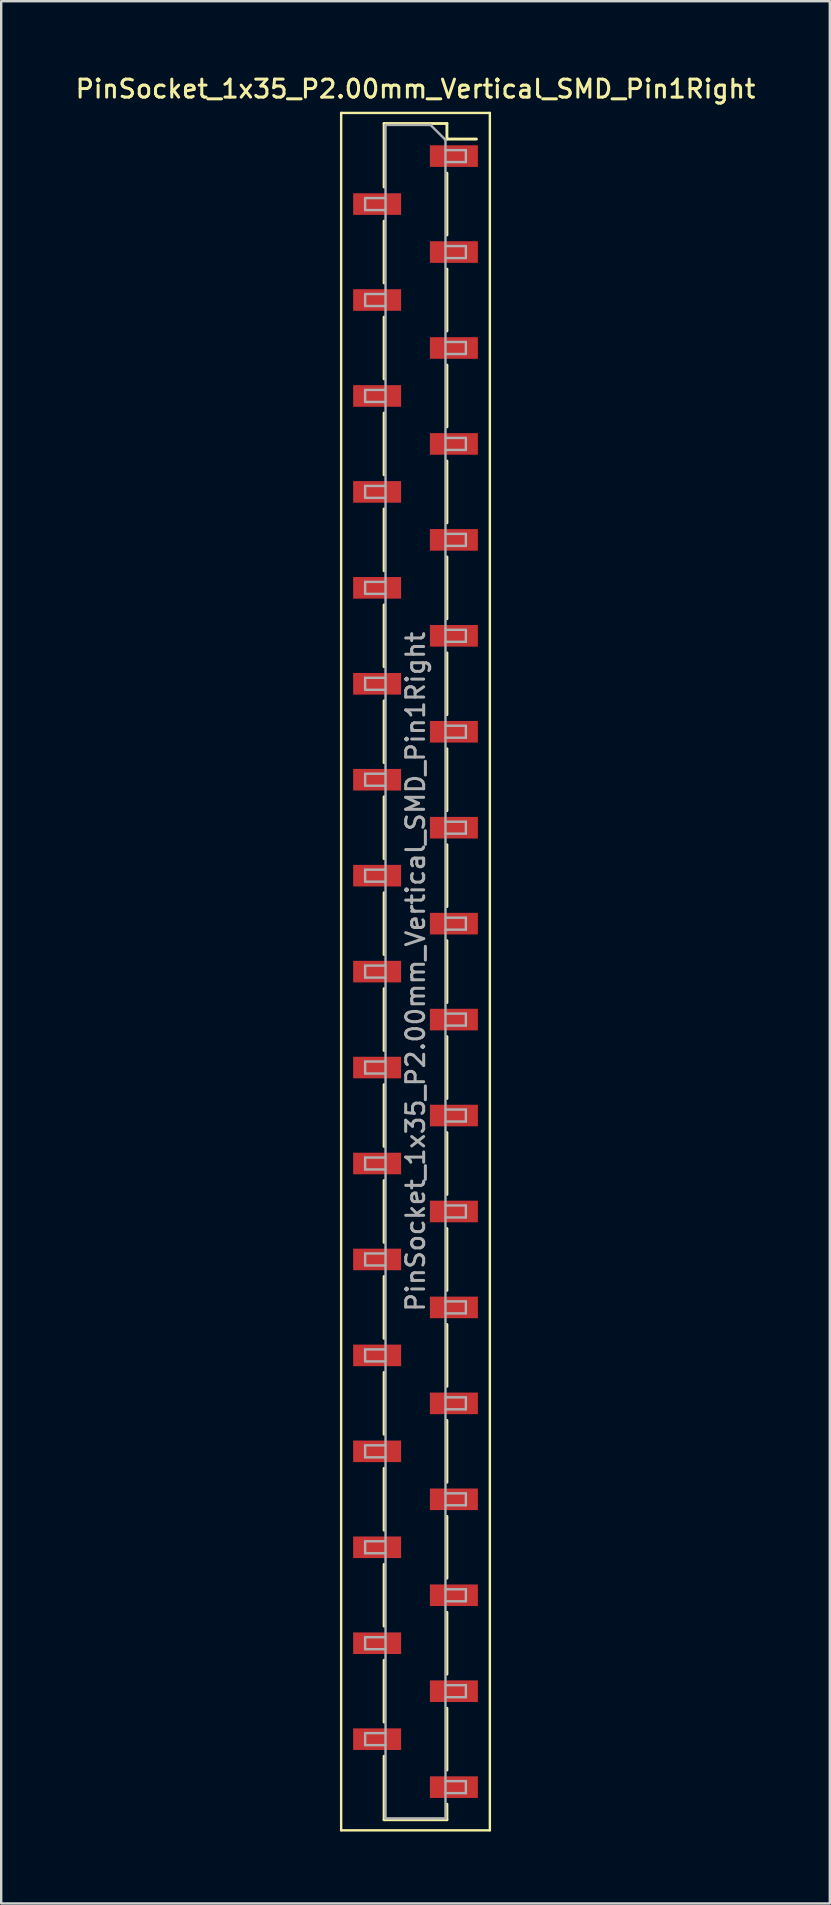
<source format=kicad_pcb>
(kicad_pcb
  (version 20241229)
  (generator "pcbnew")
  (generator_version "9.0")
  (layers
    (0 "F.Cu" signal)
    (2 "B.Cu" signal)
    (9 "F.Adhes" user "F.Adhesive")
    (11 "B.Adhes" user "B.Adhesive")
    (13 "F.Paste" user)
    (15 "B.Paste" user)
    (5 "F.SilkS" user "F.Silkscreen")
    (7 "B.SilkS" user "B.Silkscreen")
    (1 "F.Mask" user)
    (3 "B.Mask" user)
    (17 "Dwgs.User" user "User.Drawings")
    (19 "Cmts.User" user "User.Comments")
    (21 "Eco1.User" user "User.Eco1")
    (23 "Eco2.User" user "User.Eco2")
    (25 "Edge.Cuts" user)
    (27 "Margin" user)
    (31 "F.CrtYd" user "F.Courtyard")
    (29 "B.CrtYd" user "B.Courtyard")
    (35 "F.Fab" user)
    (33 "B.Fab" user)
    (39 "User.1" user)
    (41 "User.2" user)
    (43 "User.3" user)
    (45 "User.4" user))
  (footprint "PinSocket_1x35_P2.00mm_Vertical_SMD_Pin1Right"
    (layer "F.Cu")
    (at 14.273 37.458)
    (property "Reference" "PinSocket_1x35_P2.00mm_Vertical_SMD_Pin1Right" (at 0 -36.8 0) (layer "F.SilkS") (effects (font (size 0.75 0.75) (thickness 0.125))))
    (attr smd)
    (fp_line (start -3.1 -35.8) (end 3.1 -35.8) (stroke (width 0.1) (type solid)) (layer "F.SilkS"))
    (fp_line (start -3.1 35.8) (end -3.1 -35.8) (stroke (width 0.1) (type solid)) (layer "F.SilkS"))
    (fp_line (start -1.31 -35.36) (end -1.31 -32.71) (stroke (width 0.12) (type solid)) (layer "F.SilkS"))
    (fp_line (start -1.31 -35.36) (end 1.31 -35.36) (stroke (width 0.12) (type solid)) (layer "F.SilkS"))
    (fp_line (start -1.31 -31.29) (end -1.31 -28.71) (stroke (width 0.12) (type solid)) (layer "F.SilkS"))
    (fp_line (start -1.31 -27.29) (end -1.31 -24.71) (stroke (width 0.12) (type solid)) (layer "F.SilkS"))
    (fp_line (start -1.31 -23.29) (end -1.31 -20.71) (stroke (width 0.12) (type solid)) (layer "F.SilkS"))
    (fp_line (start -1.31 -19.29) (end -1.31 -16.71) (stroke (width 0.12) (type solid)) (layer "F.SilkS"))
    (fp_line (start -1.31 -15.29) (end -1.31 -12.71) (stroke (width 0.12) (type solid)) (layer "F.SilkS"))
    (fp_line (start -1.31 -11.29) (end -1.31 -8.71) (stroke (width 0.12) (type solid)) (layer "F.SilkS"))
    (fp_line (start -1.31 -7.29) (end -1.31 -4.71) (stroke (width 0.12) (type solid)) (layer "F.SilkS"))
    (fp_line (start -1.31 -3.29) (end -1.31 -0.71) (stroke (width 0.12) (type solid)) (layer "F.SilkS"))
    (fp_line (start -1.31 0.71) (end -1.31 3.29) (stroke (width 0.12) (type solid)) (layer "F.SilkS"))
    (fp_line (start -1.31 4.71) (end -1.31 7.29) (stroke (width 0.12) (type solid)) (layer "F.SilkS"))
    (fp_line (start -1.31 8.71) (end -1.31 11.29) (stroke (width 0.12) (type solid)) (layer "F.SilkS"))
    (fp_line (start -1.31 12.71) (end -1.31 15.29) (stroke (width 0.12) (type solid)) (layer "F.SilkS"))
    (fp_line (start -1.31 16.71) (end -1.31 19.29) (stroke (width 0.12) (type solid)) (layer "F.SilkS"))
    (fp_line (start -1.31 20.71) (end -1.31 23.29) (stroke (width 0.12) (type solid)) (layer "F.SilkS"))
    (fp_line (start -1.31 24.71) (end -1.31 27.29) (stroke (width 0.12) (type solid)) (layer "F.SilkS"))
    (fp_line (start -1.31 28.71) (end -1.31 31.29) (stroke (width 0.12) (type solid)) (layer "F.SilkS"))
    (fp_line (start -1.31 32.71) (end -1.31 35.36) (stroke (width 0.12) (type solid)) (layer "F.SilkS"))
    (fp_line (start -1.31 35.36) (end 1.31 35.36) (stroke (width 0.12) (type solid)) (layer "F.SilkS"))
    (fp_line (start 1.31 -35.36) (end 1.31 -34.71) (stroke (width 0.12) (type solid)) (layer "F.SilkS"))
    (fp_line (start 1.31 -34.71) (end 2.54 -34.71) (stroke (width 0.12) (type solid)) (layer "F.SilkS"))
    (fp_line (start 1.31 -33.29) (end 1.31 -30.71) (stroke (width 0.12) (type solid)) (layer "F.SilkS"))
    (fp_line (start 1.31 -29.29) (end 1.31 -26.71) (stroke (width 0.12) (type solid)) (layer "F.SilkS"))
    (fp_line (start 1.31 -25.29) (end 1.31 -22.71) (stroke (width 0.12) (type solid)) (layer "F.SilkS"))
    (fp_line (start 1.31 -21.29) (end 1.31 -18.71) (stroke (width 0.12) (type solid)) (layer "F.SilkS"))
    (fp_line (start 1.31 -17.29) (end 1.31 -14.71) (stroke (width 0.12) (type solid)) (layer "F.SilkS"))
    (fp_line (start 1.31 -13.29) (end 1.31 -10.71) (stroke (width 0.12) (type solid)) (layer "F.SilkS"))
    (fp_line (start 1.31 -9.29) (end 1.31 -6.71) (stroke (width 0.12) (type solid)) (layer "F.SilkS"))
    (fp_line (start 1.31 -5.29) (end 1.31 -2.71) (stroke (width 0.12) (type solid)) (layer "F.SilkS"))
    (fp_line (start 1.31 -1.29) (end 1.31 1.29) (stroke (width 0.12) (type solid)) (layer "F.SilkS"))
    (fp_line (start 1.31 2.71) (end 1.31 5.29) (stroke (width 0.12) (type solid)) (layer "F.SilkS"))
    (fp_line (start 1.31 6.71) (end 1.31 9.29) (stroke (width 0.12) (type solid)) (layer "F.SilkS"))
    (fp_line (start 1.31 10.71) (end 1.31 13.29) (stroke (width 0.12) (type solid)) (layer "F.SilkS"))
    (fp_line (start 1.31 14.71) (end 1.31 17.29) (stroke (width 0.12) (type solid)) (layer "F.SilkS"))
    (fp_line (start 1.31 18.71) (end 1.31 21.29) (stroke (width 0.12) (type solid)) (layer "F.SilkS"))
    (fp_line (start 1.31 22.71) (end 1.31 25.29) (stroke (width 0.12) (type solid)) (layer "F.SilkS"))
    (fp_line (start 1.31 26.71) (end 1.31 29.29) (stroke (width 0.12) (type solid)) (layer "F.SilkS"))
    (fp_line (start 1.31 30.71) (end 1.31 33.29) (stroke (width 0.12) (type solid)) (layer "F.SilkS"))
    (fp_line (start 1.31 34.71) (end 1.31 35.36) (stroke (width 0.12) (type solid)) (layer "F.SilkS"))
    (fp_line (start 3.1 -35.8) (end 3.1 35.8) (stroke (width 0.1) (type solid)) (layer "F.SilkS"))
    (fp_line (start 3.1 35.8) (end -3.1 35.8) (stroke (width 0.1) (type solid)) (layer "F.SilkS"))
    (fp_line (start -2.1 -32.25) (end -1.25 -32.25) (stroke (width 0.1) (type solid)) (layer "F.Fab"))
    (fp_line (start -2.1 -31.75) (end -2.1 -32.25) (stroke (width 0.1) (type solid)) (layer "F.Fab"))
    (fp_line (start -2.1 -28.25) (end -1.25 -28.25) (stroke (width 0.1) (type solid)) (layer "F.Fab"))
    (fp_line (start -2.1 -27.75) (end -2.1 -28.25) (stroke (width 0.1) (type solid)) (layer "F.Fab"))
    (fp_line (start -2.1 -24.25) (end -1.25 -24.25) (stroke (width 0.1) (type solid)) (layer "F.Fab"))
    (fp_line (start -2.1 -23.75) (end -2.1 -24.25) (stroke (width 0.1) (type solid)) (layer "F.Fab"))
    (fp_line (start -2.1 -20.25) (end -1.25 -20.25) (stroke (width 0.1) (type solid)) (layer "F.Fab"))
    (fp_line (start -2.1 -19.75) (end -2.1 -20.25) (stroke (width 0.1) (type solid)) (layer "F.Fab"))
    (fp_line (start -2.1 -16.25) (end -1.25 -16.25) (stroke (width 0.1) (type solid)) (layer "F.Fab"))
    (fp_line (start -2.1 -15.75) (end -2.1 -16.25) (stroke (width 0.1) (type solid)) (layer "F.Fab"))
    (fp_line (start -2.1 -12.25) (end -1.25 -12.25) (stroke (width 0.1) (type solid)) (layer "F.Fab"))
    (fp_line (start -2.1 -11.75) (end -2.1 -12.25) (stroke (width 0.1) (type solid)) (layer "F.Fab"))
    (fp_line (start -2.1 -8.25) (end -1.25 -8.25) (stroke (width 0.1) (type solid)) (layer "F.Fab"))
    (fp_line (start -2.1 -7.75) (end -2.1 -8.25) (stroke (width 0.1) (type solid)) (layer "F.Fab"))
    (fp_line (start -2.1 -4.25) (end -1.25 -4.25) (stroke (width 0.1) (type solid)) (layer "F.Fab"))
    (fp_line (start -2.1 -3.75) (end -2.1 -4.25) (stroke (width 0.1) (type solid)) (layer "F.Fab"))
    (fp_line (start -2.1 -0.25) (end -1.25 -0.25) (stroke (width 0.1) (type solid)) (layer "F.Fab"))
    (fp_line (start -2.1 0.25) (end -2.1 -0.25) (stroke (width 0.1) (type solid)) (layer "F.Fab"))
    (fp_line (start -2.1 3.75) (end -1.25 3.75) (stroke (width 0.1) (type solid)) (layer "F.Fab"))
    (fp_line (start -2.1 4.25) (end -2.1 3.75) (stroke (width 0.1) (type solid)) (layer "F.Fab"))
    (fp_line (start -2.1 7.75) (end -1.25 7.75) (stroke (width 0.1) (type solid)) (layer "F.Fab"))
    (fp_line (start -2.1 8.25) (end -2.1 7.75) (stroke (width 0.1) (type solid)) (layer "F.Fab"))
    (fp_line (start -2.1 11.75) (end -1.25 11.75) (stroke (width 0.1) (type solid)) (layer "F.Fab"))
    (fp_line (start -2.1 12.25) (end -2.1 11.75) (stroke (width 0.1) (type solid)) (layer "F.Fab"))
    (fp_line (start -2.1 15.75) (end -1.25 15.75) (stroke (width 0.1) (type solid)) (layer "F.Fab"))
    (fp_line (start -2.1 16.25) (end -2.1 15.75) (stroke (width 0.1) (type solid)) (layer "F.Fab"))
    (fp_line (start -2.1 19.75) (end -1.25 19.75) (stroke (width 0.1) (type solid)) (layer "F.Fab"))
    (fp_line (start -2.1 20.25) (end -2.1 19.75) (stroke (width 0.1) (type solid)) (layer "F.Fab"))
    (fp_line (start -2.1 23.75) (end -1.25 23.75) (stroke (width 0.1) (type solid)) (layer "F.Fab"))
    (fp_line (start -2.1 24.25) (end -2.1 23.75) (stroke (width 0.1) (type solid)) (layer "F.Fab"))
    (fp_line (start -2.1 27.75) (end -1.25 27.75) (stroke (width 0.1) (type solid)) (layer "F.Fab"))
    (fp_line (start -2.1 28.25) (end -2.1 27.75) (stroke (width 0.1) (type solid)) (layer "F.Fab"))
    (fp_line (start -2.1 31.75) (end -1.25 31.75) (stroke (width 0.1) (type solid)) (layer "F.Fab"))
    (fp_line (start -2.1 32.25) (end -2.1 31.75) (stroke (width 0.1) (type solid)) (layer "F.Fab"))
    (fp_line (start -1.25 -35.3) (end 0.625 -35.3) (stroke (width 0.1) (type solid)) (layer "F.Fab"))
    (fp_line (start -1.25 -31.75) (end -2.1 -31.75) (stroke (width 0.1) (type solid)) (layer "F.Fab"))
    (fp_line (start -1.25 -27.75) (end -2.1 -27.75) (stroke (width 0.1) (type solid)) (layer "F.Fab"))
    (fp_line (start -1.25 -23.75) (end -2.1 -23.75) (stroke (width 0.1) (type solid)) (layer "F.Fab"))
    (fp_line (start -1.25 -19.75) (end -2.1 -19.75) (stroke (width 0.1) (type solid)) (layer "F.Fab"))
    (fp_line (start -1.25 -15.75) (end -2.1 -15.75) (stroke (width 0.1) (type solid)) (layer "F.Fab"))
    (fp_line (start -1.25 -11.75) (end -2.1 -11.75) (stroke (width 0.1) (type solid)) (layer "F.Fab"))
    (fp_line (start -1.25 -7.75) (end -2.1 -7.75) (stroke (width 0.1) (type solid)) (layer "F.Fab"))
    (fp_line (start -1.25 -3.75) (end -2.1 -3.75) (stroke (width 0.1) (type solid)) (layer "F.Fab"))
    (fp_line (start -1.25 0.25) (end -2.1 0.25) (stroke (width 0.1) (type solid)) (layer "F.Fab"))
    (fp_line (start -1.25 4.25) (end -2.1 4.25) (stroke (width 0.1) (type solid)) (layer "F.Fab"))
    (fp_line (start -1.25 8.25) (end -2.1 8.25) (stroke (width 0.1) (type solid)) (layer "F.Fab"))
    (fp_line (start -1.25 12.25) (end -2.1 12.25) (stroke (width 0.1) (type solid)) (layer "F.Fab"))
    (fp_line (start -1.25 16.25) (end -2.1 16.25) (stroke (width 0.1) (type solid)) (layer "F.Fab"))
    (fp_line (start -1.25 20.25) (end -2.1 20.25) (stroke (width 0.1) (type solid)) (layer "F.Fab"))
    (fp_line (start -1.25 24.25) (end -2.1 24.25) (stroke (width 0.1) (type solid)) (layer "F.Fab"))
    (fp_line (start -1.25 28.25) (end -2.1 28.25) (stroke (width 0.1) (type solid)) (layer "F.Fab"))
    (fp_line (start -1.25 32.25) (end -2.1 32.25) (stroke (width 0.1) (type solid)) (layer "F.Fab"))
    (fp_line (start -1.25 35.3) (end -1.25 -35.3) (stroke (width 0.1) (type solid)) (layer "F.Fab"))
    (fp_line (start 0.625 -35.3) (end 1.25 -34.675) (stroke (width 0.1) (type solid)) (layer "F.Fab"))
    (fp_line (start 1.25 -34.675) (end 1.25 35.3) (stroke (width 0.1) (type solid)) (layer "F.Fab"))
    (fp_line (start 1.25 -34.25) (end 2.1 -34.25) (stroke (width 0.1) (type solid)) (layer "F.Fab"))
    (fp_line (start 1.25 -30.25) (end 2.1 -30.25) (stroke (width 0.1) (type solid)) (layer "F.Fab"))
    (fp_line (start 1.25 -26.25) (end 2.1 -26.25) (stroke (width 0.1) (type solid)) (layer "F.Fab"))
    (fp_line (start 1.25 -22.25) (end 2.1 -22.25) (stroke (width 0.1) (type solid)) (layer "F.Fab"))
    (fp_line (start 1.25 -18.25) (end 2.1 -18.25) (stroke (width 0.1) (type solid)) (layer "F.Fab"))
    (fp_line (start 1.25 -14.25) (end 2.1 -14.25) (stroke (width 0.1) (type solid)) (layer "F.Fab"))
    (fp_line (start 1.25 -10.25) (end 2.1 -10.25) (stroke (width 0.1) (type solid)) (layer "F.Fab"))
    (fp_line (start 1.25 -6.25) (end 2.1 -6.25) (stroke (width 0.1) (type solid)) (layer "F.Fab"))
    (fp_line (start 1.25 -2.25) (end 2.1 -2.25) (stroke (width 0.1) (type solid)) (layer "F.Fab"))
    (fp_line (start 1.25 1.75) (end 2.1 1.75) (stroke (width 0.1) (type solid)) (layer "F.Fab"))
    (fp_line (start 1.25 5.75) (end 2.1 5.75) (stroke (width 0.1) (type solid)) (layer "F.Fab"))
    (fp_line (start 1.25 9.75) (end 2.1 9.75) (stroke (width 0.1) (type solid)) (layer "F.Fab"))
    (fp_line (start 1.25 13.75) (end 2.1 13.75) (stroke (width 0.1) (type solid)) (layer "F.Fab"))
    (fp_line (start 1.25 17.75) (end 2.1 17.75) (stroke (width 0.1) (type solid)) (layer "F.Fab"))
    (fp_line (start 1.25 21.75) (end 2.1 21.75) (stroke (width 0.1) (type solid)) (layer "F.Fab"))
    (fp_line (start 1.25 25.75) (end 2.1 25.75) (stroke (width 0.1) (type solid)) (layer "F.Fab"))
    (fp_line (start 1.25 29.75) (end 2.1 29.75) (stroke (width 0.1) (type solid)) (layer "F.Fab"))
    (fp_line (start 1.25 33.75) (end 2.1 33.75) (stroke (width 0.1) (type solid)) (layer "F.Fab"))
    (fp_line (start 1.25 35.3) (end -1.25 35.3) (stroke (width 0.1) (type solid)) (layer "F.Fab"))
    (fp_line (start 2.1 -34.25) (end 2.1 -33.75) (stroke (width 0.1) (type solid)) (layer "F.Fab"))
    (fp_line (start 2.1 -33.75) (end 1.25 -33.75) (stroke (width 0.1) (type solid)) (layer "F.Fab"))
    (fp_line (start 2.1 -30.25) (end 2.1 -29.75) (stroke (width 0.1) (type solid)) (layer "F.Fab"))
    (fp_line (start 2.1 -29.75) (end 1.25 -29.75) (stroke (width 0.1) (type solid)) (layer "F.Fab"))
    (fp_line (start 2.1 -26.25) (end 2.1 -25.75) (stroke (width 0.1) (type solid)) (layer "F.Fab"))
    (fp_line (start 2.1 -25.75) (end 1.25 -25.75) (stroke (width 0.1) (type solid)) (layer "F.Fab"))
    (fp_line (start 2.1 -22.25) (end 2.1 -21.75) (stroke (width 0.1) (type solid)) (layer "F.Fab"))
    (fp_line (start 2.1 -21.75) (end 1.25 -21.75) (stroke (width 0.1) (type solid)) (layer "F.Fab"))
    (fp_line (start 2.1 -18.25) (end 2.1 -17.75) (stroke (width 0.1) (type solid)) (layer "F.Fab"))
    (fp_line (start 2.1 -17.75) (end 1.25 -17.75) (stroke (width 0.1) (type solid)) (layer "F.Fab"))
    (fp_line (start 2.1 -14.25) (end 2.1 -13.75) (stroke (width 0.1) (type solid)) (layer "F.Fab"))
    (fp_line (start 2.1 -13.75) (end 1.25 -13.75) (stroke (width 0.1) (type solid)) (layer "F.Fab"))
    (fp_line (start 2.1 -10.25) (end 2.1 -9.75) (stroke (width 0.1) (type solid)) (layer "F.Fab"))
    (fp_line (start 2.1 -9.75) (end 1.25 -9.75) (stroke (width 0.1) (type solid)) (layer "F.Fab"))
    (fp_line (start 2.1 -6.25) (end 2.1 -5.75) (stroke (width 0.1) (type solid)) (layer "F.Fab"))
    (fp_line (start 2.1 -5.75) (end 1.25 -5.75) (stroke (width 0.1) (type solid)) (layer "F.Fab"))
    (fp_line (start 2.1 -2.25) (end 2.1 -1.75) (stroke (width 0.1) (type solid)) (layer "F.Fab"))
    (fp_line (start 2.1 -1.75) (end 1.25 -1.75) (stroke (width 0.1) (type solid)) (layer "F.Fab"))
    (fp_line (start 2.1 1.75) (end 2.1 2.25) (stroke (width 0.1) (type solid)) (layer "F.Fab"))
    (fp_line (start 2.1 2.25) (end 1.25 2.25) (stroke (width 0.1) (type solid)) (layer "F.Fab"))
    (fp_line (start 2.1 5.75) (end 2.1 6.25) (stroke (width 0.1) (type solid)) (layer "F.Fab"))
    (fp_line (start 2.1 6.25) (end 1.25 6.25) (stroke (width 0.1) (type solid)) (layer "F.Fab"))
    (fp_line (start 2.1 9.75) (end 2.1 10.25) (stroke (width 0.1) (type solid)) (layer "F.Fab"))
    (fp_line (start 2.1 10.25) (end 1.25 10.25) (stroke (width 0.1) (type solid)) (layer "F.Fab"))
    (fp_line (start 2.1 13.75) (end 2.1 14.25) (stroke (width 0.1) (type solid)) (layer "F.Fab"))
    (fp_line (start 2.1 14.25) (end 1.25 14.25) (stroke (width 0.1) (type solid)) (layer "F.Fab"))
    (fp_line (start 2.1 17.75) (end 2.1 18.25) (stroke (width 0.1) (type solid)) (layer "F.Fab"))
    (fp_line (start 2.1 18.25) (end 1.25 18.25) (stroke (width 0.1) (type solid)) (layer "F.Fab"))
    (fp_line (start 2.1 21.75) (end 2.1 22.25) (stroke (width 0.1) (type solid)) (layer "F.Fab"))
    (fp_line (start 2.1 22.25) (end 1.25 22.25) (stroke (width 0.1) (type solid)) (layer "F.Fab"))
    (fp_line (start 2.1 25.75) (end 2.1 26.25) (stroke (width 0.1) (type solid)) (layer "F.Fab"))
    (fp_line (start 2.1 26.25) (end 1.25 26.25) (stroke (width 0.1) (type solid)) (layer "F.Fab"))
    (fp_line (start 2.1 29.75) (end 2.1 30.25) (stroke (width 0.1) (type solid)) (layer "F.Fab"))
    (fp_line (start 2.1 30.25) (end 1.25 30.25) (stroke (width 0.1) (type solid)) (layer "F.Fab"))
    (fp_line (start 2.1 33.75) (end 2.1 34.25) (stroke (width 0.1) (type solid)) (layer "F.Fab"))
    (fp_line (start 2.1 34.25) (end 1.25 34.25) (stroke (width 0.1) (type solid)) (layer "F.Fab"))
    (fp_text user "${REFERENCE}" (at 0 0 90) (layer "F.Fab") (effects (font (size 0.75 0.75) (thickness 0.125))))
    (pad "1" smd rect (at 1.6 -34) (size 2 0.9) (layers "F.Cu" "F.Mask" "F.Paste"))
    (pad "2" smd rect (at -1.6 -32) (size 2 0.9) (layers "F.Cu" "F.Mask" "F.Paste"))
    (pad "3" smd rect (at 1.6 -30) (size 2 0.9) (layers "F.Cu" "F.Mask" "F.Paste"))
    (pad "4" smd rect (at -1.6 -28) (size 2 0.9) (layers "F.Cu" "F.Mask" "F.Paste"))
    (pad "5" smd rect (at 1.6 -26) (size 2 0.9) (layers "F.Cu" "F.Mask" "F.Paste"))
    (pad "6" smd rect (at -1.6 -24) (size 2 0.9) (layers "F.Cu" "F.Mask" "F.Paste"))
    (pad "7" smd rect (at 1.6 -22) (size 2 0.9) (layers "F.Cu" "F.Mask" "F.Paste"))
    (pad "8" smd rect (at -1.6 -20) (size 2 0.9) (layers "F.Cu" "F.Mask" "F.Paste"))
    (pad "9" smd rect (at 1.6 -18) (size 2 0.9) (layers "F.Cu" "F.Mask" "F.Paste"))
    (pad "10" smd rect (at -1.6 -16) (size 2 0.9) (layers "F.Cu" "F.Mask" "F.Paste"))
    (pad "11" smd rect (at 1.6 -14) (size 2 0.9) (layers "F.Cu" "F.Mask" "F.Paste"))
    (pad "12" smd rect (at -1.6 -12) (size 2 0.9) (layers "F.Cu" "F.Mask" "F.Paste"))
    (pad "13" smd rect (at 1.6 -10) (size 2 0.9) (layers "F.Cu" "F.Mask" "F.Paste"))
    (pad "14" smd rect (at -1.6 -8) (size 2 0.9) (layers "F.Cu" "F.Mask" "F.Paste"))
    (pad "15" smd rect (at 1.6 -6) (size 2 0.9) (layers "F.Cu" "F.Mask" "F.Paste"))
    (pad "16" smd rect (at -1.6 -4) (size 2 0.9) (layers "F.Cu" "F.Mask" "F.Paste"))
    (pad "17" smd rect (at 1.6 -2) (size 2 0.9) (layers "F.Cu" "F.Mask" "F.Paste"))
    (pad "18" smd rect (at -1.6 0) (size 2 0.9) (layers "F.Cu" "F.Mask" "F.Paste"))
    (pad "19" smd rect (at 1.6 2) (size 2 0.9) (layers "F.Cu" "F.Mask" "F.Paste"))
    (pad "20" smd rect (at -1.6 4) (size 2 0.9) (layers "F.Cu" "F.Mask" "F.Paste"))
    (pad "21" smd rect (at 1.6 6) (size 2 0.9) (layers "F.Cu" "F.Mask" "F.Paste"))
    (pad "22" smd rect (at -1.6 8) (size 2 0.9) (layers "F.Cu" "F.Mask" "F.Paste"))
    (pad "23" smd rect (at 1.6 10) (size 2 0.9) (layers "F.Cu" "F.Mask" "F.Paste"))
    (pad "24" smd rect (at -1.6 12) (size 2 0.9) (layers "F.Cu" "F.Mask" "F.Paste"))
    (pad "25" smd rect (at 1.6 14) (size 2 0.9) (layers "F.Cu" "F.Mask" "F.Paste"))
    (pad "26" smd rect (at -1.6 16) (size 2 0.9) (layers "F.Cu" "F.Mask" "F.Paste"))
    (pad "27" smd rect (at 1.6 18) (size 2 0.9) (layers "F.Cu" "F.Mask" "F.Paste"))
    (pad "28" smd rect (at -1.6 20) (size 2 0.9) (layers "F.Cu" "F.Mask" "F.Paste"))
    (pad "29" smd rect (at 1.6 22) (size 2 0.9) (layers "F.Cu" "F.Mask" "F.Paste"))
    (pad "30" smd rect (at -1.6 24) (size 2 0.9) (layers "F.Cu" "F.Mask" "F.Paste"))
    (pad "31" smd rect (at 1.6 26) (size 2 0.9) (layers "F.Cu" "F.Mask" "F.Paste"))
    (pad "32" smd rect (at -1.6 28) (size 2 0.9) (layers "F.Cu" "F.Mask" "F.Paste"))
    (pad "33" smd rect (at 1.6 30) (size 2 0.9) (layers "F.Cu" "F.Mask" "F.Paste"))
    (pad "34" smd rect (at -1.6 32) (size 2 0.9) (layers "F.Cu" "F.Mask" "F.Paste"))
    (pad "35" smd rect (at 1.6 34) (size 2 0.9) (layers "F.Cu" "F.Mask" "F.Paste")))
  (gr_rect
    (start -3 -3)
    (end 31.546 76.308)
    (stroke (width 0.1) (type default))
    (fill no)
    (layer "Edge.Cuts")))
</source>
